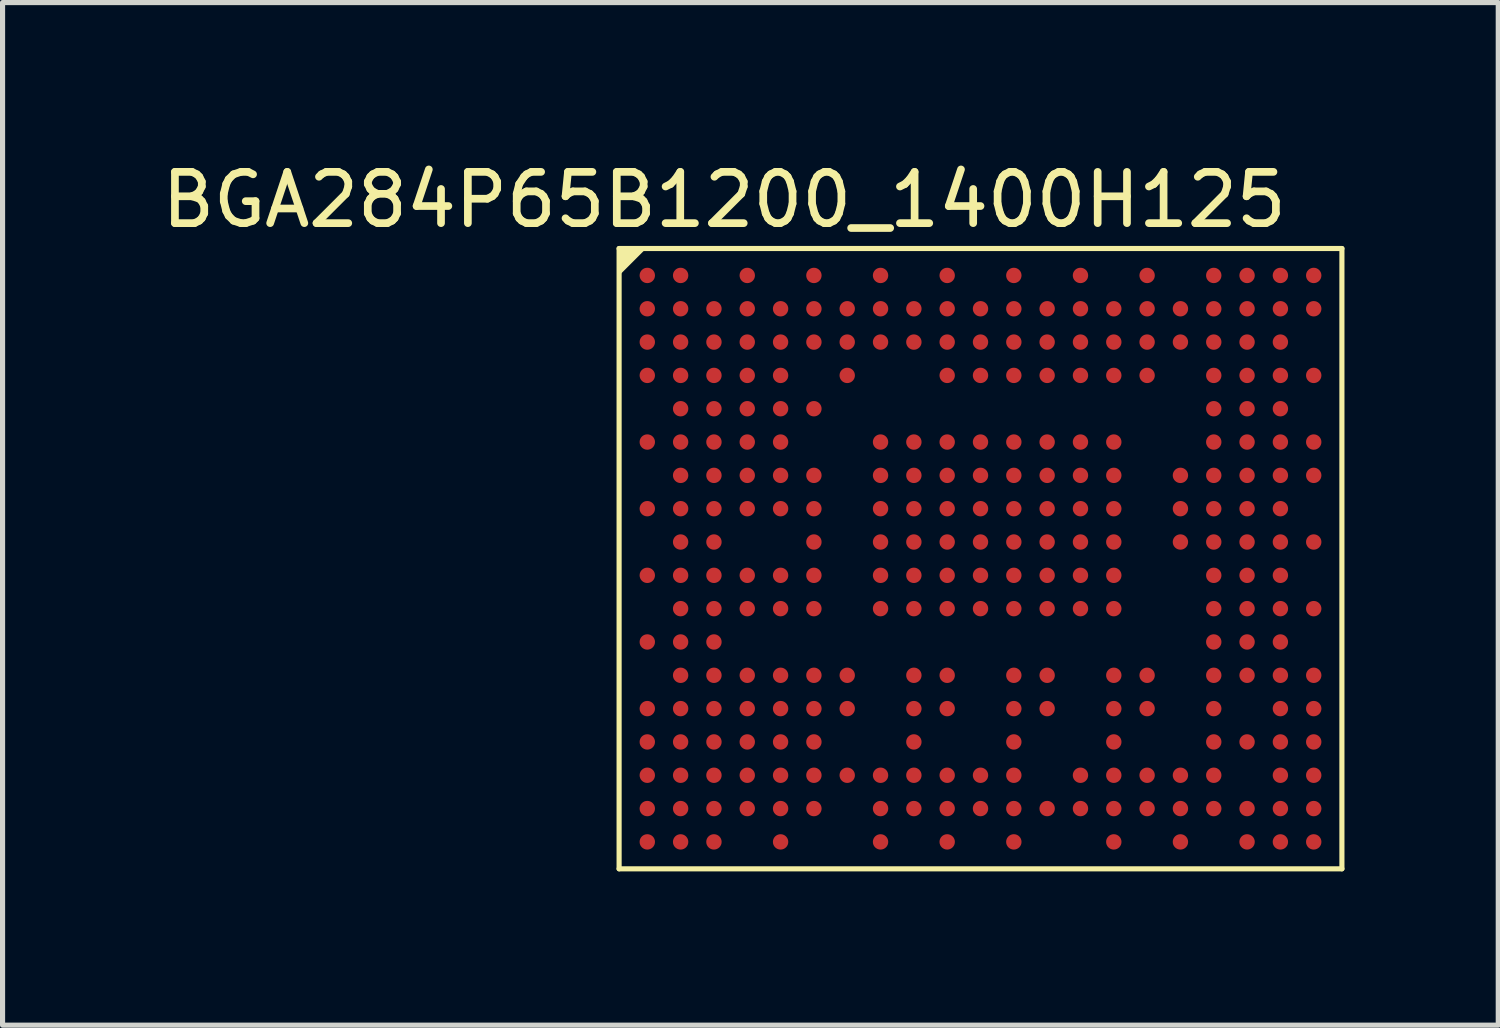
<source format=kicad_pcb>
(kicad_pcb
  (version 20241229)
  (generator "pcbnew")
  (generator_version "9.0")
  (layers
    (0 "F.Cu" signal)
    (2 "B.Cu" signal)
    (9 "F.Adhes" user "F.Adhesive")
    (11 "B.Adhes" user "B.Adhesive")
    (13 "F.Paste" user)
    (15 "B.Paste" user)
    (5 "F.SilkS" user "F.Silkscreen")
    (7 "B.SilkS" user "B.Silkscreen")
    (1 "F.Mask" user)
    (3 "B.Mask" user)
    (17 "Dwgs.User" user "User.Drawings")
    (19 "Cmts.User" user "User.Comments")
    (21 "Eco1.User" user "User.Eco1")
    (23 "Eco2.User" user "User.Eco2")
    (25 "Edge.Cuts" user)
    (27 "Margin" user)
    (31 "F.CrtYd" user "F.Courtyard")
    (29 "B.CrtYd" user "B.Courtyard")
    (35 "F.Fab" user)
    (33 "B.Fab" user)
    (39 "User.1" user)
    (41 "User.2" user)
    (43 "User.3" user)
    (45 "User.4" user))
  (footprint "BGA284P65B1200_1400H125"
    (layer "F.Cu")
    (at 16.077 7.848)
    (property "Reference" "BGA284P65B1200_1400H125" (at -5 -7 0) (layer "F.SilkS") (effects (font (size 1 1) (thickness 0.15))))
    (fp_line (start -7.05 -6.05) (end -7.05 6.05) (stroke (width 0.1) (type default)) (layer "F.SilkS"))
    (fp_line (start -7.05 -6.05) (end 7.05 -6.05) (stroke (width 0.1) (type default)) (layer "F.SilkS"))
    (fp_line (start -7.05 6.05) (end 7.05 6.05) (stroke (width 0.1) (type default)) (layer "F.SilkS"))
    (fp_line (start 7.05 -6.05) (end 7.05 6.05) (stroke (width 0.1) (type default)) (layer "F.SilkS"))
    (fp_poly (pts (xy -7.05 -6.05) (xy -6.523 -6.05) (xy -7.05 -5.523)) (stroke (width 0) (type default)) (fill yes) (layer "F.SilkS"))
    (fp_line (start -7.05 -6.05) (end -7.05 6.05) (stroke (width 0.025) (type default)) (layer "Eco2.User"))
    (fp_line (start -7.05 -6.05) (end -7.05 6.05) (stroke (width 0.025) (type default)) (layer "Eco2.User"))
    (fp_line (start -7.05 -6.05) (end 7.05 -6.05) (stroke (width 0.025) (type default)) (layer "Eco2.User"))
    (fp_line (start -7.05 -6.05) (end 7.05 -6.05) (stroke (width 0.025) (type default)) (layer "Eco2.User"))
    (fp_line (start -7.05 6.05) (end 7.03 6.05) (stroke (width 0.025) (type default)) (layer "Eco2.User"))
    (fp_line (start -7.05 6.05) (end 7.05 6.05) (stroke (width 0.025) (type default)) (layer "Eco2.User"))
    (fp_line (start 7.05 -6.05) (end 7.05 6.05) (stroke (width 0.025) (type default)) (layer "Eco2.User"))
    (pad "A1" smd circle (at -6.5 -5.525) (size 0.3 0.3) (layers "F.Cu" "F.Mask" "F.Paste"))
    (pad "A2" smd circle (at -5.85 -5.525) (size 0.3 0.3) (layers "F.Cu" "F.Mask" "F.Paste"))
    (pad "A4" smd circle (at -4.55 -5.525) (size 0.3 0.3) (layers "F.Cu" "F.Mask" "F.Paste"))
    (pad "A6" smd circle (at -3.25 -5.525) (size 0.3 0.3) (layers "F.Cu" "F.Mask" "F.Paste"))
    (pad "A8" smd circle (at -1.95 -5.525) (size 0.3 0.3) (layers "F.Cu" "F.Mask" "F.Paste"))
    (pad "A10" smd circle (at -0.65 -5.525) (size 0.3 0.3) (layers "F.Cu" "F.Mask" "F.Paste"))
    (pad "A12" smd circle (at 0.65 -5.525) (size 0.3 0.3) (layers "F.Cu" "F.Mask" "F.Paste"))
    (pad "A14" smd circle (at 1.95 -5.525) (size 0.3 0.3) (layers "F.Cu" "F.Mask" "F.Paste"))
    (pad "A16" smd circle (at 3.25 -5.525) (size 0.3 0.3) (layers "F.Cu" "F.Mask" "F.Paste"))
    (pad "A18" smd circle (at 4.55 -5.525) (size 0.3 0.3) (layers "F.Cu" "F.Mask" "F.Paste"))
    (pad "A19" smd circle (at 5.2 -5.525) (size 0.3 0.3) (layers "F.Cu" "F.Mask" "F.Paste"))
    (pad "A20" smd circle (at 5.85 -5.525) (size 0.3 0.3) (layers "F.Cu" "F.Mask" "F.Paste"))
    (pad "A21" smd circle (at 6.5 -5.525) (size 0.3 0.3) (layers "F.Cu" "F.Mask" "F.Paste"))
    (pad "B1" smd circle (at -6.5 -4.875) (size 0.3 0.3) (layers "F.Cu" "F.Mask" "F.Paste"))
    (pad "B2" smd circle (at -5.85 -4.875) (size 0.3 0.3) (layers "F.Cu" "F.Mask" "F.Paste"))
    (pad "B3" smd circle (at -5.2 -4.875) (size 0.3 0.3) (layers "F.Cu" "F.Mask" "F.Paste"))
    (pad "B4" smd circle (at -4.55 -4.875) (size 0.3 0.3) (layers "F.Cu" "F.Mask" "F.Paste"))
    (pad "B5" smd circle (at -3.9 -4.875) (size 0.3 0.3) (layers "F.Cu" "F.Mask" "F.Paste"))
    (pad "B6" smd circle (at -3.25 -4.875) (size 0.3 0.3) (layers "F.Cu" "F.Mask" "F.Paste"))
    (pad "B7" smd circle (at -2.6 -4.875) (size 0.3 0.3) (layers "F.Cu" "F.Mask" "F.Paste"))
    (pad "B8" smd circle (at -1.95 -4.875) (size 0.3 0.3) (layers "F.Cu" "F.Mask" "F.Paste"))
    (pad "B9" smd circle (at -1.3 -4.875) (size 0.3 0.3) (layers "F.Cu" "F.Mask" "F.Paste"))
    (pad "B10" smd circle (at -0.65 -4.875) (size 0.3 0.3) (layers "F.Cu" "F.Mask" "F.Paste"))
    (pad "B11" smd circle (at 0 -4.875) (size 0.3 0.3) (layers "F.Cu" "F.Mask" "F.Paste"))
    (pad "B12" smd circle (at 0.65 -4.875) (size 0.3 0.3) (layers "F.Cu" "F.Mask" "F.Paste"))
    (pad "B13" smd circle (at 1.3 -4.875) (size 0.3 0.3) (layers "F.Cu" "F.Mask" "F.Paste"))
    (pad "B14" smd circle (at 1.95 -4.875) (size 0.3 0.3) (layers "F.Cu" "F.Mask" "F.Paste"))
    (pad "B15" smd circle (at 2.6 -4.875) (size 0.3 0.3) (layers "F.Cu" "F.Mask" "F.Paste"))
    (pad "B16" smd circle (at 3.25 -4.875) (size 0.3 0.3) (layers "F.Cu" "F.Mask" "F.Paste"))
    (pad "B17" smd circle (at 3.9 -4.875) (size 0.3 0.3) (layers "F.Cu" "F.Mask" "F.Paste"))
    (pad "B18" smd circle (at 4.55 -4.875) (size 0.3 0.3) (layers "F.Cu" "F.Mask" "F.Paste"))
    (pad "B19" smd circle (at 5.2 -4.875) (size 0.3 0.3) (layers "F.Cu" "F.Mask" "F.Paste"))
    (pad "B20" smd circle (at 5.85 -4.875) (size 0.3 0.3) (layers "F.Cu" "F.Mask" "F.Paste"))
    (pad "B21" smd circle (at 6.5 -4.875) (size 0.3 0.3) (layers "F.Cu" "F.Mask" "F.Paste"))
    (pad "C1" smd circle (at -6.5 -4.225) (size 0.3 0.3) (layers "F.Cu" "F.Mask" "F.Paste"))
    (pad "C2" smd circle (at -5.85 -4.225) (size 0.3 0.3) (layers "F.Cu" "F.Mask" "F.Paste"))
    (pad "C3" smd circle (at -5.2 -4.225) (size 0.3 0.3) (layers "F.Cu" "F.Mask" "F.Paste"))
    (pad "C4" smd circle (at -4.55 -4.225) (size 0.3 0.3) (layers "F.Cu" "F.Mask" "F.Paste"))
    (pad "C5" smd circle (at -3.9 -4.225) (size 0.3 0.3) (layers "F.Cu" "F.Mask" "F.Paste"))
    (pad "C6" smd circle (at -3.25 -4.225) (size 0.3 0.3) (layers "F.Cu" "F.Mask" "F.Paste"))
    (pad "C7" smd circle (at -2.6 -4.225) (size 0.3 0.3) (layers "F.Cu" "F.Mask" "F.Paste"))
    (pad "C8" smd circle (at -1.95 -4.225) (size 0.3 0.3) (layers "F.Cu" "F.Mask" "F.Paste"))
    (pad "C9" smd circle (at -1.3 -4.225) (size 0.3 0.3) (layers "F.Cu" "F.Mask" "F.Paste"))
    (pad "C10" smd circle (at -0.65 -4.225) (size 0.3 0.3) (layers "F.Cu" "F.Mask" "F.Paste"))
    (pad "C11" smd circle (at 0 -4.225) (size 0.3 0.3) (layers "F.Cu" "F.Mask" "F.Paste"))
    (pad "C12" smd circle (at 0.65 -4.225) (size 0.3 0.3) (layers "F.Cu" "F.Mask" "F.Paste"))
    (pad "C13" smd circle (at 1.3 -4.225) (size 0.3 0.3) (layers "F.Cu" "F.Mask" "F.Paste"))
    (pad "C14" smd circle (at 1.95 -4.225) (size 0.3 0.3) (layers "F.Cu" "F.Mask" "F.Paste"))
    (pad "C15" smd circle (at 2.6 -4.225) (size 0.3 0.3) (layers "F.Cu" "F.Mask" "F.Paste"))
    (pad "C16" smd circle (at 3.25 -4.225) (size 0.3 0.3) (layers "F.Cu" "F.Mask" "F.Paste"))
    (pad "C17" smd circle (at 3.9 -4.225) (size 0.3 0.3) (layers "F.Cu" "F.Mask" "F.Paste"))
    (pad "C18" smd circle (at 4.55 -4.225) (size 0.3 0.3) (layers "F.Cu" "F.Mask" "F.Paste"))
    (pad "C19" smd circle (at 5.2 -4.225) (size 0.3 0.3) (layers "F.Cu" "F.Mask" "F.Paste"))
    (pad "C20" smd circle (at 5.85 -4.225) (size 0.3 0.3) (layers "F.Cu" "F.Mask" "F.Paste"))
    (pad "D1" smd circle (at -6.5 -3.575) (size 0.3 0.3) (layers "F.Cu" "F.Mask" "F.Paste"))
    (pad "D2" smd circle (at -5.85 -3.575) (size 0.3 0.3) (layers "F.Cu" "F.Mask" "F.Paste"))
    (pad "D3" smd circle (at -5.2 -3.575) (size 0.3 0.3) (layers "F.Cu" "F.Mask" "F.Paste"))
    (pad "D4" smd circle (at -4.55 -3.575) (size 0.3 0.3) (layers "F.Cu" "F.Mask" "F.Paste"))
    (pad "D5" smd circle (at -3.9 -3.575) (size 0.3 0.3) (layers "F.Cu" "F.Mask" "F.Paste"))
    (pad "D7" smd circle (at -2.6 -3.575) (size 0.3 0.3) (layers "F.Cu" "F.Mask" "F.Paste"))
    (pad "D10" smd circle (at -0.65 -3.575) (size 0.3 0.3) (layers "F.Cu" "F.Mask" "F.Paste"))
    (pad "D11" smd circle (at 0 -3.575) (size 0.3 0.3) (layers "F.Cu" "F.Mask" "F.Paste"))
    (pad "D12" smd circle (at 0.65 -3.575) (size 0.3 0.3) (layers "F.Cu" "F.Mask" "F.Paste"))
    (pad "D13" smd circle (at 1.3 -3.575) (size 0.3 0.3) (layers "F.Cu" "F.Mask" "F.Paste"))
    (pad "D14" smd circle (at 1.95 -3.575) (size 0.3 0.3) (layers "F.Cu" "F.Mask" "F.Paste"))
    (pad "D15" smd circle (at 2.6 -3.575) (size 0.3 0.3) (layers "F.Cu" "F.Mask" "F.Paste"))
    (pad "D16" smd circle (at 3.25 -3.575) (size 0.3 0.3) (layers "F.Cu" "F.Mask" "F.Paste"))
    (pad "D18" smd circle (at 4.55 -3.575) (size 0.3 0.3) (layers "F.Cu" "F.Mask" "F.Paste"))
    (pad "D19" smd circle (at 5.2 -3.575) (size 0.3 0.3) (layers "F.Cu" "F.Mask" "F.Paste"))
    (pad "D20" smd circle (at 5.85 -3.575) (size 0.3 0.3) (layers "F.Cu" "F.Mask" "F.Paste"))
    (pad "D21" smd circle (at 6.5 -3.575) (size 0.3 0.3) (layers "F.Cu" "F.Mask" "F.Paste"))
    (pad "E2" smd circle (at -5.85 -2.925) (size 0.3 0.3) (layers "F.Cu" "F.Mask" "F.Paste"))
    (pad "E3" smd circle (at -5.2 -2.925) (size 0.3 0.3) (layers "F.Cu" "F.Mask" "F.Paste"))
    (pad "E4" smd circle (at -4.55 -2.925) (size 0.3 0.3) (layers "F.Cu" "F.Mask" "F.Paste"))
    (pad "E5" smd circle (at -3.9 -2.925) (size 0.3 0.3) (layers "F.Cu" "F.Mask" "F.Paste"))
    (pad "E6" smd circle (at -3.25 -2.925) (size 0.3 0.3) (layers "F.Cu" "F.Mask" "F.Paste"))
    (pad "E18" smd circle (at 4.55 -2.925) (size 0.3 0.3) (layers "F.Cu" "F.Mask" "F.Paste"))
    (pad "E19" smd circle (at 5.2 -2.925) (size 0.3 0.3) (layers "F.Cu" "F.Mask" "F.Paste"))
    (pad "E20" smd circle (at 5.85 -2.925) (size 0.3 0.3) (layers "F.Cu" "F.Mask" "F.Paste"))
    (pad "F1" smd circle (at -6.5 -2.275) (size 0.3 0.3) (layers "F.Cu" "F.Mask" "F.Paste"))
    (pad "F2" smd circle (at -5.85 -2.275) (size 0.3 0.3) (layers "F.Cu" "F.Mask" "F.Paste"))
    (pad "F3" smd circle (at -5.2 -2.275) (size 0.3 0.3) (layers "F.Cu" "F.Mask" "F.Paste"))
    (pad "F4" smd circle (at -4.55 -2.275) (size 0.3 0.3) (layers "F.Cu" "F.Mask" "F.Paste"))
    (pad "F5" smd circle (at -3.9 -2.275) (size 0.3 0.3) (layers "F.Cu" "F.Mask" "F.Paste"))
    (pad "F8" smd circle (at -1.95 -2.275) (size 0.3 0.3) (layers "F.Cu" "F.Mask" "F.Paste"))
    (pad "F9" smd circle (at -1.3 -2.275) (size 0.3 0.3) (layers "F.Cu" "F.Mask" "F.Paste"))
    (pad "F10" smd circle (at -0.65 -2.275) (size 0.3 0.3) (layers "F.Cu" "F.Mask" "F.Paste"))
    (pad "F11" smd circle (at 0 -2.275) (size 0.3 0.3) (layers "F.Cu" "F.Mask" "F.Paste"))
    (pad "F12" smd circle (at 0.65 -2.275) (size 0.3 0.3) (layers "F.Cu" "F.Mask" "F.Paste"))
    (pad "F13" smd circle (at 1.3 -2.275) (size 0.3 0.3) (layers "F.Cu" "F.Mask" "F.Paste"))
    (pad "F14" smd circle (at 1.95 -2.275) (size 0.3 0.3) (layers "F.Cu" "F.Mask" "F.Paste"))
    (pad "F15" smd circle (at 2.6 -2.275) (size 0.3 0.3) (layers "F.Cu" "F.Mask" "F.Paste"))
    (pad "F18" smd circle (at 4.55 -2.275) (size 0.3 0.3) (layers "F.Cu" "F.Mask" "F.Paste"))
    (pad "F19" smd circle (at 5.2 -2.275) (size 0.3 0.3) (layers "F.Cu" "F.Mask" "F.Paste"))
    (pad "F20" smd circle (at 5.85 -2.275) (size 0.3 0.3) (layers "F.Cu" "F.Mask" "F.Paste"))
    (pad "F21" smd circle (at 6.5 -2.275) (size 0.3 0.3) (layers "F.Cu" "F.Mask" "F.Paste"))
    (pad "G2" smd circle (at -5.85 -1.625) (size 0.3 0.3) (layers "F.Cu" "F.Mask" "F.Paste"))
    (pad "G3" smd circle (at -5.2 -1.625) (size 0.3 0.3) (layers "F.Cu" "F.Mask" "F.Paste"))
    (pad "G4" smd circle (at -4.55 -1.625) (size 0.3 0.3) (layers "F.Cu" "F.Mask" "F.Paste"))
    (pad "G5" smd circle (at -3.9 -1.625) (size 0.3 0.3) (layers "F.Cu" "F.Mask" "F.Paste"))
    (pad "G6" smd circle (at -3.25 -1.625) (size 0.3 0.3) (layers "F.Cu" "F.Mask" "F.Paste"))
    (pad "G8" smd circle (at -1.95 -1.625) (size 0.3 0.3) (layers "F.Cu" "F.Mask" "F.Paste"))
    (pad "G9" smd circle (at -1.3 -1.625) (size 0.3 0.3) (layers "F.Cu" "F.Mask" "F.Paste"))
    (pad "G10" smd circle (at -0.65 -1.625) (size 0.3 0.3) (layers "F.Cu" "F.Mask" "F.Paste"))
    (pad "G11" smd circle (at 0 -1.625) (size 0.3 0.3) (layers "F.Cu" "F.Mask" "F.Paste"))
    (pad "G12" smd circle (at 0.65 -1.625) (size 0.3 0.3) (layers "F.Cu" "F.Mask" "F.Paste"))
    (pad "G13" smd circle (at 1.3 -1.625) (size 0.3 0.3) (layers "F.Cu" "F.Mask" "F.Paste"))
    (pad "G14" smd circle (at 1.95 -1.625) (size 0.3 0.3) (layers "F.Cu" "F.Mask" "F.Paste"))
    (pad "G15" smd circle (at 2.6 -1.625) (size 0.3 0.3) (layers "F.Cu" "F.Mask" "F.Paste"))
    (pad "G17" smd circle (at 3.9 -1.625) (size 0.3 0.3) (layers "F.Cu" "F.Mask" "F.Paste"))
    (pad "G18" smd circle (at 4.55 -1.625) (size 0.3 0.3) (layers "F.Cu" "F.Mask" "F.Paste"))
    (pad "G19" smd circle (at 5.2 -1.625) (size 0.3 0.3) (layers "F.Cu" "F.Mask" "F.Paste"))
    (pad "G20" smd circle (at 5.85 -1.625) (size 0.3 0.3) (layers "F.Cu" "F.Mask" "F.Paste"))
    (pad "G21" smd circle (at 6.5 -1.625) (size 0.3 0.3) (layers "F.Cu" "F.Mask" "F.Paste"))
    (pad "H1" smd circle (at -6.5 -0.975) (size 0.3 0.3) (layers "F.Cu" "F.Mask" "F.Paste"))
    (pad "H2" smd circle (at -5.85 -0.975) (size 0.3 0.3) (layers "F.Cu" "F.Mask" "F.Paste"))
    (pad "H3" smd circle (at -5.2 -0.975) (size 0.3 0.3) (layers "F.Cu" "F.Mask" "F.Paste"))
    (pad "H4" smd circle (at -4.55 -0.975) (size 0.3 0.3) (layers "F.Cu" "F.Mask" "F.Paste"))
    (pad "H5" smd circle (at -3.9 -0.975) (size 0.3 0.3) (layers "F.Cu" "F.Mask" "F.Paste"))
    (pad "H6" smd circle (at -3.25 -0.975) (size 0.3 0.3) (layers "F.Cu" "F.Mask" "F.Paste"))
    (pad "H8" smd circle (at -1.95 -0.975) (size 0.3 0.3) (layers "F.Cu" "F.Mask" "F.Paste"))
    (pad "H9" smd circle (at -1.3 -0.975) (size 0.3 0.3) (layers "F.Cu" "F.Mask" "F.Paste"))
    (pad "H10" smd circle (at -0.65 -0.975) (size 0.3 0.3) (layers "F.Cu" "F.Mask" "F.Paste"))
    (pad "H11" smd circle (at 0 -0.975) (size 0.3 0.3) (layers "F.Cu" "F.Mask" "F.Paste"))
    (pad "H12" smd circle (at 0.65 -0.975) (size 0.3 0.3) (layers "F.Cu" "F.Mask" "F.Paste"))
    (pad "H13" smd circle (at 1.3 -0.975) (size 0.3 0.3) (layers "F.Cu" "F.Mask" "F.Paste"))
    (pad "H14" smd circle (at 1.95 -0.975) (size 0.3 0.3) (layers "F.Cu" "F.Mask" "F.Paste"))
    (pad "H15" smd circle (at 2.6 -0.975) (size 0.3 0.3) (layers "F.Cu" "F.Mask" "F.Paste"))
    (pad "H17" smd circle (at 3.9 -0.975) (size 0.3 0.3) (layers "F.Cu" "F.Mask" "F.Paste"))
    (pad "H18" smd circle (at 4.55 -0.975) (size 0.3 0.3) (layers "F.Cu" "F.Mask" "F.Paste"))
    (pad "H19" smd circle (at 5.2 -0.975) (size 0.3 0.3) (layers "F.Cu" "F.Mask" "F.Paste"))
    (pad "H20" smd circle (at 5.85 -0.975) (size 0.3 0.3) (layers "F.Cu" "F.Mask" "F.Paste"))
    (pad "J2" smd circle (at -5.85 -0.325) (size 0.3 0.3) (layers "F.Cu" "F.Mask" "F.Paste"))
    (pad "J3" smd circle (at -5.2 -0.325) (size 0.3 0.3) (layers "F.Cu" "F.Mask" "F.Paste"))
    (pad "J6" smd circle (at -3.25 -0.325) (size 0.3 0.3) (layers "F.Cu" "F.Mask" "F.Paste"))
    (pad "J8" smd circle (at -1.95 -0.325) (size 0.3 0.3) (layers "F.Cu" "F.Mask" "F.Paste"))
    (pad "J9" smd circle (at -1.3 -0.325) (size 0.3 0.3) (layers "F.Cu" "F.Mask" "F.Paste"))
    (pad "J10" smd circle (at -0.65 -0.325) (size 0.3 0.3) (layers "F.Cu" "F.Mask" "F.Paste"))
    (pad "J11" smd circle (at 0 -0.325) (size 0.3 0.3) (layers "F.Cu" "F.Mask" "F.Paste"))
    (pad "J12" smd circle (at 0.65 -0.325) (size 0.3 0.3) (layers "F.Cu" "F.Mask" "F.Paste"))
    (pad "J13" smd circle (at 1.3 -0.325) (size 0.3 0.3) (layers "F.Cu" "F.Mask" "F.Paste"))
    (pad "J14" smd circle (at 1.95 -0.325) (size 0.3 0.3) (layers "F.Cu" "F.Mask" "F.Paste"))
    (pad "J15" smd circle (at 2.6 -0.325) (size 0.3 0.3) (layers "F.Cu" "F.Mask" "F.Paste"))
    (pad "J17" smd circle (at 3.9 -0.325) (size 0.3 0.3) (layers "F.Cu" "F.Mask" "F.Paste"))
    (pad "J18" smd circle (at 4.55 -0.325) (size 0.3 0.3) (layers "F.Cu" "F.Mask" "F.Paste"))
    (pad "J19" smd circle (at 5.2 -0.325) (size 0.3 0.3) (layers "F.Cu" "F.Mask" "F.Paste"))
    (pad "J20" smd circle (at 5.85 -0.325) (size 0.3 0.3) (layers "F.Cu" "F.Mask" "F.Paste"))
    (pad "J21" smd circle (at 6.5 -0.325) (size 0.3 0.3) (layers "F.Cu" "F.Mask" "F.Paste"))
    (pad "K1" smd circle (at -6.5 0.325) (size 0.3 0.3) (layers "F.Cu" "F.Mask" "F.Paste"))
    (pad "K2" smd circle (at -5.85 0.325) (size 0.3 0.3) (layers "F.Cu" "F.Mask" "F.Paste"))
    (pad "K3" smd circle (at -5.2 0.325) (size 0.3 0.3) (layers "F.Cu" "F.Mask" "F.Paste"))
    (pad "K4" smd circle (at -4.55 0.325) (size 0.3 0.3) (layers "F.Cu" "F.Mask" "F.Paste"))
    (pad "K5" smd circle (at -3.9 0.325) (size 0.3 0.3) (layers "F.Cu" "F.Mask" "F.Paste"))
    (pad "K6" smd circle (at -3.25 0.325) (size 0.3 0.3) (layers "F.Cu" "F.Mask" "F.Paste"))
    (pad "K8" smd circle (at -1.95 0.325) (size 0.3 0.3) (layers "F.Cu" "F.Mask" "F.Paste"))
    (pad "K9" smd circle (at -1.3 0.325) (size 0.3 0.3) (layers "F.Cu" "F.Mask" "F.Paste"))
    (pad "K10" smd circle (at -0.65 0.325) (size 0.3 0.3) (layers "F.Cu" "F.Mask" "F.Paste"))
    (pad "K11" smd circle (at 0 0.325) (size 0.3 0.3) (layers "F.Cu" "F.Mask" "F.Paste"))
    (pad "K12" smd circle (at 0.65 0.325) (size 0.3 0.3) (layers "F.Cu" "F.Mask" "F.Paste"))
    (pad "K13" smd circle (at 1.3 0.325) (size 0.3 0.3) (layers "F.Cu" "F.Mask" "F.Paste"))
    (pad "K14" smd circle (at 1.95 0.325) (size 0.3 0.3) (layers "F.Cu" "F.Mask" "F.Paste"))
    (pad "K15" smd circle (at 2.6 0.325) (size 0.3 0.3) (layers "F.Cu" "F.Mask" "F.Paste"))
    (pad "K18" smd circle (at 4.55 0.325) (size 0.3 0.3) (layers "F.Cu" "F.Mask" "F.Paste"))
    (pad "K19" smd circle (at 5.2 0.325) (size 0.3 0.3) (layers "F.Cu" "F.Mask" "F.Paste"))
    (pad "K20" smd circle (at 5.85 0.325) (size 0.3 0.3) (layers "F.Cu" "F.Mask" "F.Paste"))
    (pad "L2" smd circle (at -5.85 0.975) (size 0.3 0.3) (layers "F.Cu" "F.Mask" "F.Paste"))
    (pad "L3" smd circle (at -5.2 0.975) (size 0.3 0.3) (layers "F.Cu" "F.Mask" "F.Paste"))
    (pad "L4" smd circle (at -4.55 0.975) (size 0.3 0.3) (layers "F.Cu" "F.Mask" "F.Paste"))
    (pad "L5" smd circle (at -3.9 0.975) (size 0.3 0.3) (layers "F.Cu" "F.Mask" "F.Paste"))
    (pad "L6" smd circle (at -3.25 0.975) (size 0.3 0.3) (layers "F.Cu" "F.Mask" "F.Paste"))
    (pad "L8" smd circle (at -1.95 0.975) (size 0.3 0.3) (layers "F.Cu" "F.Mask" "F.Paste"))
    (pad "L9" smd circle (at -1.3 0.975) (size 0.3 0.3) (layers "F.Cu" "F.Mask" "F.Paste"))
    (pad "L10" smd circle (at -0.65 0.975) (size 0.3 0.3) (layers "F.Cu" "F.Mask" "F.Paste"))
    (pad "L11" smd circle (at 0 0.975) (size 0.3 0.3) (layers "F.Cu" "F.Mask" "F.Paste"))
    (pad "L12" smd circle (at 0.65 0.975) (size 0.3 0.3) (layers "F.Cu" "F.Mask" "F.Paste"))
    (pad "L13" smd circle (at 1.3 0.975) (size 0.3 0.3) (layers "F.Cu" "F.Mask" "F.Paste"))
    (pad "L14" smd circle (at 1.95 0.975) (size 0.3 0.3) (layers "F.Cu" "F.Mask" "F.Paste"))
    (pad "L15" smd circle (at 2.6 0.975) (size 0.3 0.3) (layers "F.Cu" "F.Mask" "F.Paste"))
    (pad "L18" smd circle (at 4.55 0.975) (size 0.3 0.3) (layers "F.Cu" "F.Mask" "F.Paste"))
    (pad "L19" smd circle (at 5.2 0.975) (size 0.3 0.3) (layers "F.Cu" "F.Mask" "F.Paste"))
    (pad "L20" smd circle (at 5.85 0.975) (size 0.3 0.3) (layers "F.Cu" "F.Mask" "F.Paste"))
    (pad "L21" smd circle (at 6.5 0.975) (size 0.3 0.3) (layers "F.Cu" "F.Mask" "F.Paste"))
    (pad "M1" smd circle (at -6.5 1.625) (size 0.3 0.3) (layers "F.Cu" "F.Mask" "F.Paste"))
    (pad "M2" smd circle (at -5.85 1.625) (size 0.3 0.3) (layers "F.Cu" "F.Mask" "F.Paste"))
    (pad "M3" smd circle (at -5.2 1.625) (size 0.3 0.3) (layers "F.Cu" "F.Mask" "F.Paste"))
    (pad "M18" smd circle (at 4.55 1.625) (size 0.3 0.3) (layers "F.Cu" "F.Mask" "F.Paste"))
    (pad "M19" smd circle (at 5.2 1.625) (size 0.3 0.3) (layers "F.Cu" "F.Mask" "F.Paste"))
    (pad "M20" smd circle (at 5.85 1.625) (size 0.3 0.3) (layers "F.Cu" "F.Mask" "F.Paste"))
    (pad "N2" smd circle (at -5.85 2.275) (size 0.3 0.3) (layers "F.Cu" "F.Mask" "F.Paste"))
    (pad "N3" smd circle (at -5.2 2.275) (size 0.3 0.3) (layers "F.Cu" "F.Mask" "F.Paste"))
    (pad "N4" smd circle (at -4.55 2.275) (size 0.3 0.3) (layers "F.Cu" "F.Mask" "F.Paste"))
    (pad "N5" smd circle (at -3.9 2.275) (size 0.3 0.3) (layers "F.Cu" "F.Mask" "F.Paste"))
    (pad "N6" smd circle (at -3.25 2.275) (size 0.3 0.3) (layers "F.Cu" "F.Mask" "F.Paste"))
    (pad "N7" smd circle (at -2.6 2.275) (size 0.3 0.3) (layers "F.Cu" "F.Mask" "F.Paste"))
    (pad "N9" smd circle (at -1.3 2.275) (size 0.3 0.3) (layers "F.Cu" "F.Mask" "F.Paste"))
    (pad "N10" smd circle (at -0.65 2.275) (size 0.3 0.3) (layers "F.Cu" "F.Mask" "F.Paste"))
    (pad "N12" smd circle (at 0.65 2.275) (size 0.3 0.3) (layers "F.Cu" "F.Mask" "F.Paste"))
    (pad "N13" smd circle (at 1.3 2.275) (size 0.3 0.3) (layers "F.Cu" "F.Mask" "F.Paste"))
    (pad "N15" smd circle (at 2.6 2.275) (size 0.3 0.3) (layers "F.Cu" "F.Mask" "F.Paste"))
    (pad "N16" smd circle (at 3.25 2.275) (size 0.3 0.3) (layers "F.Cu" "F.Mask" "F.Paste"))
    (pad "N18" smd circle (at 4.55 2.275) (size 0.3 0.3) (layers "F.Cu" "F.Mask" "F.Paste"))
    (pad "N19" smd circle (at 5.2 2.275) (size 0.3 0.3) (layers "F.Cu" "F.Mask" "F.Paste"))
    (pad "N20" smd circle (at 5.85 2.275) (size 0.3 0.3) (layers "F.Cu" "F.Mask" "F.Paste"))
    (pad "N21" smd circle (at 6.5 2.275) (size 0.3 0.3) (layers "F.Cu" "F.Mask" "F.Paste"))
    (pad "P1" smd circle (at -6.5 2.925) (size 0.3 0.3) (layers "F.Cu" "F.Mask" "F.Paste"))
    (pad "P2" smd circle (at -5.85 2.925) (size 0.3 0.3) (layers "F.Cu" "F.Mask" "F.Paste"))
    (pad "P3" smd circle (at -5.2 2.925) (size 0.3 0.3) (layers "F.Cu" "F.Mask" "F.Paste"))
    (pad "P4" smd circle (at -4.55 2.925) (size 0.3 0.3) (layers "F.Cu" "F.Mask" "F.Paste"))
    (pad "P5" smd circle (at -3.9 2.925) (size 0.3 0.3) (layers "F.Cu" "F.Mask" "F.Paste"))
    (pad "P6" smd circle (at -3.25 2.925) (size 0.3 0.3) (layers "F.Cu" "F.Mask" "F.Paste"))
    (pad "P7" smd circle (at -2.6 2.925) (size 0.3 0.3) (layers "F.Cu" "F.Mask" "F.Paste"))
    (pad "P9" smd circle (at -1.3 2.925) (size 0.3 0.3) (layers "F.Cu" "F.Mask" "F.Paste"))
    (pad "P10" smd circle (at -0.65 2.925) (size 0.3 0.3) (layers "F.Cu" "F.Mask" "F.Paste"))
    (pad "P12" smd circle (at 0.65 2.925) (size 0.3 0.3) (layers "F.Cu" "F.Mask" "F.Paste"))
    (pad "P13" smd circle (at 1.3 2.925) (size 0.3 0.3) (layers "F.Cu" "F.Mask" "F.Paste"))
    (pad "P15" smd circle (at 2.6 2.925) (size 0.3 0.3) (layers "F.Cu" "F.Mask" "F.Paste"))
    (pad "P16" smd circle (at 3.25 2.925) (size 0.3 0.3) (layers "F.Cu" "F.Mask" "F.Paste"))
    (pad "P18" smd circle (at 4.55 2.925) (size 0.3 0.3) (layers "F.Cu" "F.Mask" "F.Paste"))
    (pad "P20" smd circle (at 5.85 2.925) (size 0.3 0.3) (layers "F.Cu" "F.Mask" "F.Paste"))
    (pad "P21" smd circle (at 6.5 2.925) (size 0.3 0.3) (layers "F.Cu" "F.Mask" "F.Paste"))
    (pad "R1" smd circle (at -6.5 3.575) (size 0.3 0.3) (layers "F.Cu" "F.Mask" "F.Paste"))
    (pad "R2" smd circle (at -5.85 3.575) (size 0.3 0.3) (layers "F.Cu" "F.Mask" "F.Paste"))
    (pad "R3" smd circle (at -5.2 3.575) (size 0.3 0.3) (layers "F.Cu" "F.Mask" "F.Paste"))
    (pad "R4" smd circle (at -4.55 3.575) (size 0.3 0.3) (layers "F.Cu" "F.Mask" "F.Paste"))
    (pad "R5" smd circle (at -3.9 3.575) (size 0.3 0.3) (layers "F.Cu" "F.Mask" "F.Paste"))
    (pad "R6" smd circle (at -3.25 3.575) (size 0.3 0.3) (layers "F.Cu" "F.Mask" "F.Paste"))
    (pad "R9" smd circle (at -1.3 3.575) (size 0.3 0.3) (layers "F.Cu" "F.Mask" "F.Paste"))
    (pad "R12" smd circle (at 0.65 3.575) (size 0.3 0.3) (layers "F.Cu" "F.Mask" "F.Paste"))
    (pad "R15" smd circle (at 2.6 3.575) (size 0.3 0.3) (layers "F.Cu" "F.Mask" "F.Paste"))
    (pad "R18" smd circle (at 4.55 3.575) (size 0.3 0.3) (layers "F.Cu" "F.Mask" "F.Paste"))
    (pad "R19" smd circle (at 5.2 3.575) (size 0.3 0.3) (layers "F.Cu" "F.Mask" "F.Paste"))
    (pad "R20" smd circle (at 5.85 3.575) (size 0.3 0.3) (layers "F.Cu" "F.Mask" "F.Paste"))
    (pad "R21" smd circle (at 6.5 3.575) (size 0.3 0.3) (layers "F.Cu" "F.Mask" "F.Paste"))
    (pad "T1" smd circle (at -6.5 4.225) (size 0.3 0.3) (layers "F.Cu" "F.Mask" "F.Paste"))
    (pad "T2" smd circle (at -5.85 4.225) (size 0.3 0.3) (layers "F.Cu" "F.Mask" "F.Paste"))
    (pad "T3" smd circle (at -5.2 4.225) (size 0.3 0.3) (layers "F.Cu" "F.Mask" "F.Paste"))
    (pad "T4" smd circle (at -4.55 4.225) (size 0.3 0.3) (layers "F.Cu" "F.Mask" "F.Paste"))
    (pad "T5" smd circle (at -3.9 4.225) (size 0.3 0.3) (layers "F.Cu" "F.Mask" "F.Paste"))
    (pad "T6" smd circle (at -3.25 4.225) (size 0.3 0.3) (layers "F.Cu" "F.Mask" "F.Paste"))
    (pad "T7" smd circle (at -2.6 4.225) (size 0.3 0.3) (layers "F.Cu" "F.Mask" "F.Paste"))
    (pad "T8" smd circle (at -1.95 4.225) (size 0.3 0.3) (layers "F.Cu" "F.Mask" "F.Paste"))
    (pad "T9" smd circle (at -1.3 4.225) (size 0.3 0.3) (layers "F.Cu" "F.Mask" "F.Paste"))
    (pad "T10" smd circle (at -0.65 4.225) (size 0.3 0.3) (layers "F.Cu" "F.Mask" "F.Paste"))
    (pad "T11" smd circle (at 0 4.225) (size 0.3 0.3) (layers "F.Cu" "F.Mask" "F.Paste"))
    (pad "T12" smd circle (at 0.65 4.225) (size 0.3 0.3) (layers "F.Cu" "F.Mask" "F.Paste"))
    (pad "T14" smd circle (at 1.95 4.225) (size 0.3 0.3) (layers "F.Cu" "F.Mask" "F.Paste"))
    (pad "T15" smd circle (at 2.6 4.225) (size 0.3 0.3) (layers "F.Cu" "F.Mask" "F.Paste"))
    (pad "T16" smd circle (at 3.25 4.225) (size 0.3 0.3) (layers "F.Cu" "F.Mask" "F.Paste"))
    (pad "T17" smd circle (at 3.9 4.225) (size 0.3 0.3) (layers "F.Cu" "F.Mask" "F.Paste"))
    (pad "T18" smd circle (at 4.55 4.225) (size 0.3 0.3) (layers "F.Cu" "F.Mask" "F.Paste"))
    (pad "T20" smd circle (at 5.85 4.225) (size 0.3 0.3) (layers "F.Cu" "F.Mask" "F.Paste"))
    (pad "T21" smd circle (at 6.5 4.225) (size 0.3 0.3) (layers "F.Cu" "F.Mask" "F.Paste"))
    (pad "U1" smd circle (at -6.5 4.875) (size 0.3 0.3) (layers "F.Cu" "F.Mask" "F.Paste"))
    (pad "U2" smd circle (at -5.85 4.875) (size 0.3 0.3) (layers "F.Cu" "F.Mask" "F.Paste"))
    (pad "U3" smd circle (at -5.2 4.875) (size 0.3 0.3) (layers "F.Cu" "F.Mask" "F.Paste"))
    (pad "U4" smd circle (at -4.55 4.875) (size 0.3 0.3) (layers "F.Cu" "F.Mask" "F.Paste"))
    (pad "U5" smd circle (at -3.9 4.875) (size 0.3 0.3) (layers "F.Cu" "F.Mask" "F.Paste"))
    (pad "U6" smd circle (at -3.25 4.875) (size 0.3 0.3) (layers "F.Cu" "F.Mask" "F.Paste"))
    (pad "U8" smd circle (at -1.95 4.875) (size 0.3 0.3) (layers "F.Cu" "F.Mask" "F.Paste"))
    (pad "U9" smd circle (at -1.3 4.875) (size 0.3 0.3) (layers "F.Cu" "F.Mask" "F.Paste"))
    (pad "U10" smd circle (at -0.65 4.875) (size 0.3 0.3) (layers "F.Cu" "F.Mask" "F.Paste"))
    (pad "U11" smd circle (at 0 4.875) (size 0.3 0.3) (layers "F.Cu" "F.Mask" "F.Paste"))
    (pad "U12" smd circle (at 0.65 4.875) (size 0.3 0.3) (layers "F.Cu" "F.Mask" "F.Paste"))
    (pad "U13" smd circle (at 1.3 4.875) (size 0.3 0.3) (layers "F.Cu" "F.Mask" "F.Paste"))
    (pad "U14" smd circle (at 1.95 4.875) (size 0.3 0.3) (layers "F.Cu" "F.Mask" "F.Paste"))
    (pad "U15" smd circle (at 2.6 4.875) (size 0.3 0.3) (layers "F.Cu" "F.Mask" "F.Paste"))
    (pad "U16" smd circle (at 3.25 4.875) (size 0.3 0.3) (layers "F.Cu" "F.Mask" "F.Paste"))
    (pad "U17" smd circle (at 3.9 4.875) (size 0.3 0.3) (layers "F.Cu" "F.Mask" "F.Paste"))
    (pad "U18" smd circle (at 4.55 4.875) (size 0.3 0.3) (layers "F.Cu" "F.Mask" "F.Paste"))
    (pad "U19" smd circle (at 5.2 4.875) (size 0.3 0.3) (layers "F.Cu" "F.Mask" "F.Paste"))
    (pad "U20" smd circle (at 5.85 4.875) (size 0.3 0.3) (layers "F.Cu" "F.Mask" "F.Paste"))
    (pad "U21" smd circle (at 6.5 4.875) (size 0.3 0.3) (layers "F.Cu" "F.Mask" "F.Paste"))
    (pad "V1" smd circle (at -6.5 5.525) (size 0.3 0.3) (layers "F.Cu" "F.Mask" "F.Paste"))
    (pad "V2" smd circle (at -5.85 5.525) (size 0.3 0.3) (layers "F.Cu" "F.Mask" "F.Paste"))
    (pad "V3" smd circle (at -5.2 5.525) (size 0.3 0.3) (layers "F.Cu" "F.Mask" "F.Paste"))
    (pad "V5" smd circle (at -3.9 5.525) (size 0.3 0.3) (layers "F.Cu" "F.Mask" "F.Paste"))
    (pad "V8" smd circle (at -1.95 5.525) (size 0.3 0.3) (layers "F.Cu" "F.Mask" "F.Paste"))
    (pad "V10" smd circle (at -0.65 5.525) (size 0.3 0.3) (layers "F.Cu" "F.Mask" "F.Paste"))
    (pad "V12" smd circle (at 0.65 5.525) (size 0.3 0.3) (layers "F.Cu" "F.Mask" "F.Paste"))
    (pad "V15" smd circle (at 2.6 5.525) (size 0.3 0.3) (layers "F.Cu" "F.Mask" "F.Paste"))
    (pad "V17" smd circle (at 3.9 5.525) (size 0.3 0.3) (layers "F.Cu" "F.Mask" "F.Paste"))
    (pad "V19" smd circle (at 5.2 5.525) (size 0.3 0.3) (layers "F.Cu" "F.Mask" "F.Paste"))
    (pad "V20" smd circle (at 5.85 5.525) (size 0.3 0.3) (layers "F.Cu" "F.Mask" "F.Paste"))
    (pad "V21" smd circle (at 6.5 5.525) (size 0.3 0.3) (layers "F.Cu" "F.Mask" "F.Paste")))
  (gr_rect
    (start -3 -3)
    (end 26.177 16.948)
    (stroke (width 0.1) (type default))
    (fill no)
    (layer "Edge.Cuts")))
</source>
